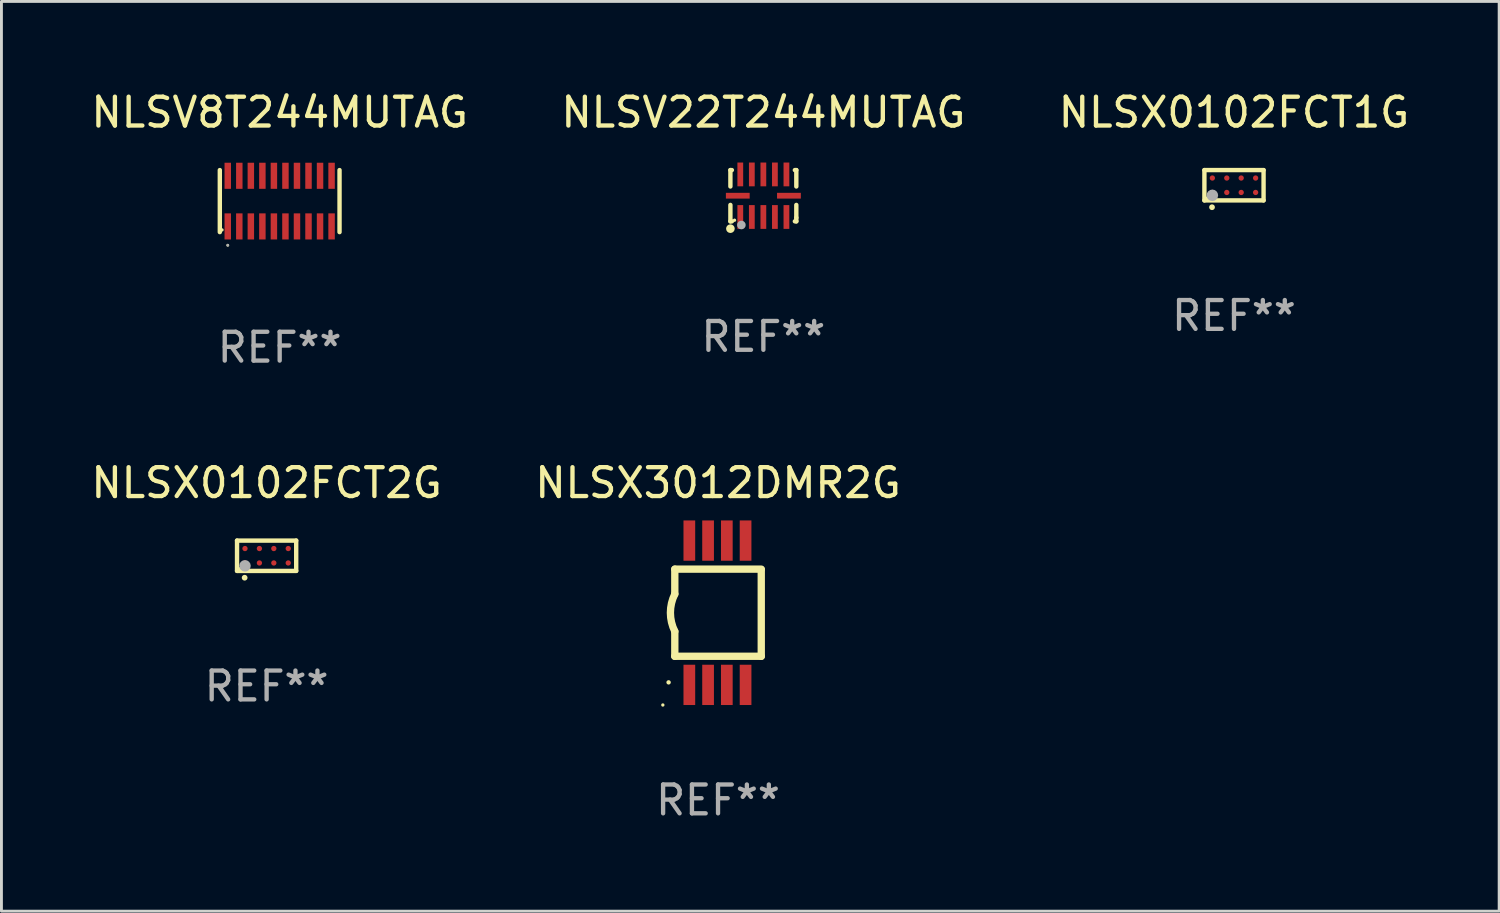
<source format=kicad_pcb>
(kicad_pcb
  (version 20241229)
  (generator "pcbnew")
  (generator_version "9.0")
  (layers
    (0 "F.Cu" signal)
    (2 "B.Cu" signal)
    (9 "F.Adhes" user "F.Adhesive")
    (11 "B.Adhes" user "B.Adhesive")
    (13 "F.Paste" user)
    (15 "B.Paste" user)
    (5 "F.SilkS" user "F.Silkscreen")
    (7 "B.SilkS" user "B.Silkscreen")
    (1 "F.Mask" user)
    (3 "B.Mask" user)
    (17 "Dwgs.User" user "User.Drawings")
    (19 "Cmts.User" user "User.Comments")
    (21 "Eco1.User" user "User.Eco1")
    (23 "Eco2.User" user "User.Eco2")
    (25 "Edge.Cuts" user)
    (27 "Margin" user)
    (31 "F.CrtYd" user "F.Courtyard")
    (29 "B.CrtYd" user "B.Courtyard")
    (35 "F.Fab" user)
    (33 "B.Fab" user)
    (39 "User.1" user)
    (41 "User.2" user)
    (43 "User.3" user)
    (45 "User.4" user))
  (footprint "NLSV22T244MUTAG"
    (layer "F.Cu")
    (at 23.423 3.737)
    (property "Reference" "NLSV22T244MUTAG" (at 0 -2.889 0) (layer "F.SilkS") (effects (font (size 1 1) (thickness 0.15))))
    (attr through_hole)
    (fp_line (start -1.143 -0.889) (end -1.143 -0.32) (stroke (width 0.152) (type solid)) (layer "F.SilkS"))
    (fp_line (start -1.143 0.32) (end -1.143 0.889) (stroke (width 0.152) (type solid)) (layer "F.SilkS"))
    (fp_line (start -1.143 0.889) (end -1.092 0.889) (stroke (width 0.152) (type solid)) (layer "F.SilkS"))
    (fp_line (start -1.092 -0.889) (end -1.143 -0.889) (stroke (width 0.152) (type solid)) (layer "F.SilkS"))
    (fp_line (start 1.092 0.889) (end 1.143 0.889) (stroke (width 0.152) (type solid)) (layer "F.SilkS"))
    (fp_line (start 1.143 -0.889) (end 1.092 -0.889) (stroke (width 0.152) (type solid)) (layer "F.SilkS"))
    (fp_line (start 1.143 -0.32) (end 1.143 -0.889) (stroke (width 0.152) (type solid)) (layer "F.SilkS"))
    (fp_line (start 1.143 0.762) (end 1.143 0.32) (stroke (width 0.152) (type solid)) (layer "F.SilkS"))
    (fp_line (start 1.143 0.889) (end 1.143 0.762) (stroke (width 0.152) (type solid)) (layer "F.SilkS"))
    (fp_circle (center -1.143 1.143) (end -1.068 1.143) (stroke (width 0.15) (type solid)) (fill no) (layer "F.SilkS"))
    (fp_circle (center -1 0.85) (end -0.97 0.85) (stroke (width 0.06) (type solid)) (fill no) (layer "F.SilkS"))
    (fp_circle (center -0.762 1.016) (end -0.687 1.016) (stroke (width 0.15) (type solid)) (fill no) (layer "F.Fab"))
    (fp_text user "REF**" (at 0 4.889 0) (layer "F.Fab") (effects (font (size 1 1) (thickness 0.15))))
    (pad "1" smd rect (at -0.8 0.738) (size 0.2 0.825) (layers "F.Cu" "F.Mask" "F.Paste"))
    (pad "2" smd rect (at -0.4 0.738) (size 0.2 0.825) (layers "F.Cu" "F.Mask" "F.Paste"))
    (pad "3" smd rect (at 0 0.738) (size 0.2 0.825) (layers "F.Cu" "F.Mask" "F.Paste"))
    (pad "4" smd rect (at 0.4 0.738) (size 0.2 0.825) (layers "F.Cu" "F.Mask" "F.Paste"))
    (pad "5" smd rect (at 0.8 0.738) (size 0.2 0.825) (layers "F.Cu" "F.Mask" "F.Paste"))
    (pad "6" smd rect (at 0.887 0) (size 0.825 0.2) (layers "F.Cu" "F.Mask" "F.Paste"))
    (pad "7" smd rect (at 0.8 -0.738) (size 0.2 0.825) (layers "F.Cu" "F.Mask" "F.Paste"))
    (pad "8" smd rect (at 0.4 -0.738) (size 0.2 0.825) (layers "F.Cu" "F.Mask" "F.Paste"))
    (pad "9" smd rect (at 0 -0.738) (size 0.2 0.825) (layers "F.Cu" "F.Mask" "F.Paste"))
    (pad "10" smd rect (at -0.4 -0.738) (size 0.2 0.825) (layers "F.Cu" "F.Mask" "F.Paste"))
    (pad "11" smd rect (at -0.8 -0.738) (size 0.2 0.825) (layers "F.Cu" "F.Mask" "F.Paste"))
    (pad "12" smd rect (at -0.887 0) (size 0.825 0.2) (layers "F.Cu" "F.Mask" "F.Paste")))
  (footprint "NLSV8T244MUTAG"
    (layer "F.Cu")
    (at 6.649 3.924)
    (property "Reference" "NLSV8T244MUTAG" (at 0 -3.076 0) (layer "F.SilkS") (effects (font (size 1 1) (thickness 0.15))))
    (attr through_hole)
    (fp_line (start -2.076 1.076) (end -2.076 -1.076) (stroke (width 0.152) (type solid)) (layer "F.SilkS"))
    (fp_line (start 2.076 1.076) (end 2.076 -1.076) (stroke (width 0.152) (type solid)) (layer "F.SilkS"))
    (fp_circle (center -2 1) (end -1.97 1) (stroke (width 0.06) (type solid)) (fill no) (layer "F.SilkS"))
    (fp_circle (center -1.8 1.531) (end -1.775 1.531) (stroke (width 0.05) (type solid)) (fill no) (layer "F.SilkS"))
    (fp_circle (center -1.8 1.531) (end -1.775 1.531) (stroke (width 0.05) (type solid)) (fill no) (layer "F.Fab"))
    (fp_text user "REF**" (at 0 5.076 0) (layer "F.Fab") (effects (font (size 1 1) (thickness 0.15))))
    (pad "1" smd rect (at -1.8 0.878) (size 0.224 0.905) (layers "F.Cu" "F.Mask" "F.Paste"))
    (pad "2" smd rect (at -1.4 0.878) (size 0.224 0.905) (layers "F.Cu" "F.Mask" "F.Paste"))
    (pad "3" smd rect (at -1 0.878) (size 0.224 0.905) (layers "F.Cu" "F.Mask" "F.Paste"))
    (pad "4" smd rect (at -0.6 0.878) (size 0.224 0.905) (layers "F.Cu" "F.Mask" "F.Paste"))
    (pad "5" smd rect (at -0.2 0.878) (size 0.224 0.905) (layers "F.Cu" "F.Mask" "F.Paste"))
    (pad "6" smd rect (at 0.2 0.878) (size 0.224 0.905) (layers "F.Cu" "F.Mask" "F.Paste"))
    (pad "7" smd rect (at 0.6 0.878) (size 0.224 0.905) (layers "F.Cu" "F.Mask" "F.Paste"))
    (pad "8" smd rect (at 1 0.878) (size 0.224 0.905) (layers "F.Cu" "F.Mask" "F.Paste"))
    (pad "9" smd rect (at 1.4 0.878) (size 0.224 0.905) (layers "F.Cu" "F.Mask" "F.Paste"))
    (pad "10" smd rect (at 1.8 0.878) (size 0.224 0.905) (layers "F.Cu" "F.Mask" "F.Paste"))
    (pad "11" smd rect (at 1.8 -0.878) (size 0.224 0.905) (layers "F.Cu" "F.Mask" "F.Paste"))
    (pad "12" smd rect (at 1.4 -0.878) (size 0.224 0.905) (layers "F.Cu" "F.Mask" "F.Paste"))
    (pad "13" smd rect (at 1 -0.878) (size 0.224 0.905) (layers "F.Cu" "F.Mask" "F.Paste"))
    (pad "14" smd rect (at 0.6 -0.878) (size 0.224 0.905) (layers "F.Cu" "F.Mask" "F.Paste"))
    (pad "15" smd rect (at 0.2 -0.878) (size 0.224 0.905) (layers "F.Cu" "F.Mask" "F.Paste"))
    (pad "16" smd rect (at -0.2 -0.878) (size 0.224 0.905) (layers "F.Cu" "F.Mask" "F.Paste"))
    (pad "17" smd rect (at -0.6 -0.878) (size 0.224 0.905) (layers "F.Cu" "F.Mask" "F.Paste"))
    (pad "18" smd rect (at -1 -0.878) (size 0.224 0.905) (layers "F.Cu" "F.Mask" "F.Paste"))
    (pad "19" smd rect (at -1.4 -0.878) (size 0.224 0.905) (layers "F.Cu" "F.Mask" "F.Paste"))
    (pad "20" smd rect (at -1.8 -0.878) (size 0.224 0.905) (layers "F.Cu" "F.Mask" "F.Paste")))
  (footprint "NLSX3012DMR2G"
    (layer "F.Cu")
    (at 21.851 18.199)
    (property "Reference" "NLSX3012DMR2G" (at 0 -4.502 0) (layer "F.SilkS") (effects (font (size 1 1) (thickness 0.15))))
    (attr through_hole)
    (fp_line (start -1.501 1.511) (end 1.499 1.511) (stroke (width 0.254) (type solid)) (layer "F.SilkS"))
    (fp_line (start -1.499 -1.511) (end 1.501 -1.511) (stroke (width 0.254) (type solid)) (layer "F.SilkS"))
    (fp_line (start -1.499 -0.648) (end -1.499 -1.511) (stroke (width 0.254) (type solid)) (layer "F.SilkS"))
    (fp_line (start -1.499 1.511) (end -1.499 0.648) (stroke (width 0.254) (type solid)) (layer "F.SilkS"))
    (fp_line (start 1.499 1.511) (end 1.499 -1.489) (stroke (width 0.254) (type solid)) (layer "F.SilkS"))
    (fp_arc (start -1.715773 2.415011) (mid -1.714503 2.415005) (end -1.713233 2.415011) (stroke (width 0.150013) (type solid)) (layer "F.SilkS"))
    (fp_arc (start -1.498603 0.647702) (mid -1.651505 0) (end -1.498603 -0.647701) (stroke (width 0.254001) (type solid)) (layer "F.SilkS"))
    (fp_circle (center -1.914 3.2) (end -1.884 3.2) (stroke (width 0.06) (type solid)) (fill no) (layer "F.SilkS"))
    (fp_text user "REF**" (at 0 6.502 0) (layer "F.Fab") (effects (font (size 1 1) (thickness 0.15))))
    (pad "1" smd rect (at -0.995 2.502 90) (size 1.397 0.406) (layers "F.Cu" "F.Mask" "F.Paste"))
    (pad "2" smd rect (at -0.345 2.502 90) (size 1.397 0.406) (layers "F.Cu" "F.Mask" "F.Paste"))
    (pad "3" smd rect (at 0.305 2.502 90) (size 1.397 0.406) (layers "F.Cu" "F.Mask" "F.Paste"))
    (pad "4" smd rect (at 0.955 2.502 90) (size 1.397 0.406) (layers "F.Cu" "F.Mask" "F.Paste"))
    (pad "5" smd rect (at 0.955 -2.502 90) (size 1.397 0.406) (layers "F.Cu" "F.Mask" "F.Paste"))
    (pad "6" smd rect (at 0.305 -2.502 90) (size 1.397 0.406) (layers "F.Cu" "F.Mask" "F.Paste"))
    (pad "7" smd rect (at -0.345 -2.502 90) (size 1.397 0.406) (layers "F.Cu" "F.Mask" "F.Paste"))
    (pad "8" smd rect (at -0.995 -2.502 90) (size 1.397 0.406) (layers "F.Cu" "F.Mask" "F.Paste")))
  (footprint "NLSX0102FCT1G"
    (layer "F.Cu")
    (at 39.744 3.374)
    (property "Reference" "NLSX0102FCT1G" (at 0 -2.526 0) (layer "F.SilkS") (effects (font (size 1 1) (thickness 0.15))))
    (attr through_hole)
    (fp_line (start -1.026 -0.526) (end 1.026 -0.526) (stroke (width 0.152) (type solid)) (layer "F.SilkS"))
    (fp_line (start -1.026 0.526) (end -1.026 -0.526) (stroke (width 0.152) (type solid)) (layer "F.SilkS"))
    (fp_line (start 1.026 -0.526) (end 1.026 0.526) (stroke (width 0.152) (type solid)) (layer "F.SilkS"))
    (fp_line (start 1.026 0.526) (end -1.026 0.526) (stroke (width 0.152) (type solid)) (layer "F.SilkS"))
    (fp_circle (center -0.95 0.45) (end -0.92 0.45) (stroke (width 0.06) (type solid)) (fill no) (layer "F.SilkS"))
    (fp_circle (center -0.762 0.762) (end -0.712 0.762) (stroke (width 0.1) (type solid)) (fill no) (layer "F.SilkS"))
    (fp_circle (center -0.75 0.35) (end -0.65 0.35) (stroke (width 0.2) (type solid)) (fill no) (layer "F.Fab"))
    (fp_text user "REF**" (at 0 4.526 0) (layer "F.Fab") (effects (font (size 1 1) (thickness 0.15))))
    (pad "A1" smd circle (at -0.75 0.25) (size 0.184 0.184) (layers "F.Cu" "F.Mask" "F.Paste"))
    (pad "A2" smd circle (at -0.75 -0.25) (size 0.184 0.184) (layers "F.Cu" "F.Mask" "F.Paste"))
    (pad "B1" smd circle (at -0.25 0.25) (size 0.184 0.184) (layers "F.Cu" "F.Mask" "F.Paste"))
    (pad "B2" smd circle (at -0.25 -0.25) (size 0.184 0.184) (layers "F.Cu" "F.Mask" "F.Paste"))
    (pad "C1" smd circle (at 0.25 0.25) (size 0.184 0.184) (layers "F.Cu" "F.Mask" "F.Paste"))
    (pad "C2" smd circle (at 0.25 -0.25) (size 0.184 0.184) (layers "F.Cu" "F.Mask" "F.Paste"))
    (pad "D1" smd circle (at 0.75 0.25) (size 0.184 0.184) (layers "F.Cu" "F.Mask" "F.Paste"))
    (pad "D2" smd circle (at 0.75 -0.25) (size 0.184 0.184) (layers "F.Cu" "F.Mask" "F.Paste")))
  (footprint "NLSX0102FCT2G"
    (layer "F.Cu")
    (at 6.196 16.223)
    (property "Reference" "NLSX0102FCT2G" (at 0 -2.526 0) (layer "F.SilkS") (effects (font (size 1 1) (thickness 0.15))))
    (attr through_hole)
    (fp_line (start -1.026 -0.526) (end 1.026 -0.526) (stroke (width 0.152) (type solid)) (layer "F.SilkS"))
    (fp_line (start -1.026 0.526) (end -1.026 -0.526) (stroke (width 0.152) (type solid)) (layer "F.SilkS"))
    (fp_line (start 1.026 -0.526) (end 1.026 0.526) (stroke (width 0.152) (type solid)) (layer "F.SilkS"))
    (fp_line (start 1.026 0.526) (end -1.026 0.526) (stroke (width 0.152) (type solid)) (layer "F.SilkS"))
    (fp_circle (center -0.95 0.45) (end -0.92 0.45) (stroke (width 0.06) (type solid)) (fill no) (layer "F.SilkS"))
    (fp_circle (center -0.762 0.762) (end -0.712 0.762) (stroke (width 0.1) (type solid)) (fill no) (layer "F.SilkS"))
    (fp_circle (center -0.75 0.35) (end -0.65 0.35) (stroke (width 0.2) (type solid)) (fill no) (layer "F.Fab"))
    (fp_text user "REF**" (at 0 4.526 0) (layer "F.Fab") (effects (font (size 1 1) (thickness 0.15))))
    (pad "A1" smd circle (at -0.75 0.25) (size 0.184 0.184) (layers "F.Cu" "F.Mask" "F.Paste"))
    (pad "A2" smd circle (at -0.75 -0.25) (size 0.184 0.184) (layers "F.Cu" "F.Mask" "F.Paste"))
    (pad "B1" smd circle (at -0.25 0.25) (size 0.184 0.184) (layers "F.Cu" "F.Mask" "F.Paste"))
    (pad "B2" smd circle (at -0.25 -0.25) (size 0.184 0.184) (layers "F.Cu" "F.Mask" "F.Paste"))
    (pad "C1" smd circle (at 0.25 0.25) (size 0.184 0.184) (layers "F.Cu" "F.Mask" "F.Paste"))
    (pad "C2" smd circle (at 0.25 -0.25) (size 0.184 0.184) (layers "F.Cu" "F.Mask" "F.Paste"))
    (pad "D1" smd circle (at 0.75 0.25) (size 0.184 0.184) (layers "F.Cu" "F.Mask" "F.Paste"))
    (pad "D2" smd circle (at 0.75 -0.25) (size 0.184 0.184) (layers "F.Cu" "F.Mask" "F.Paste")))
  (gr_rect
    (start -3 -3)
    (end 48.94 28.549)
    (stroke (width 0.1) (type default))
    (fill no)
    (layer "Edge.Cuts")))
</source>
